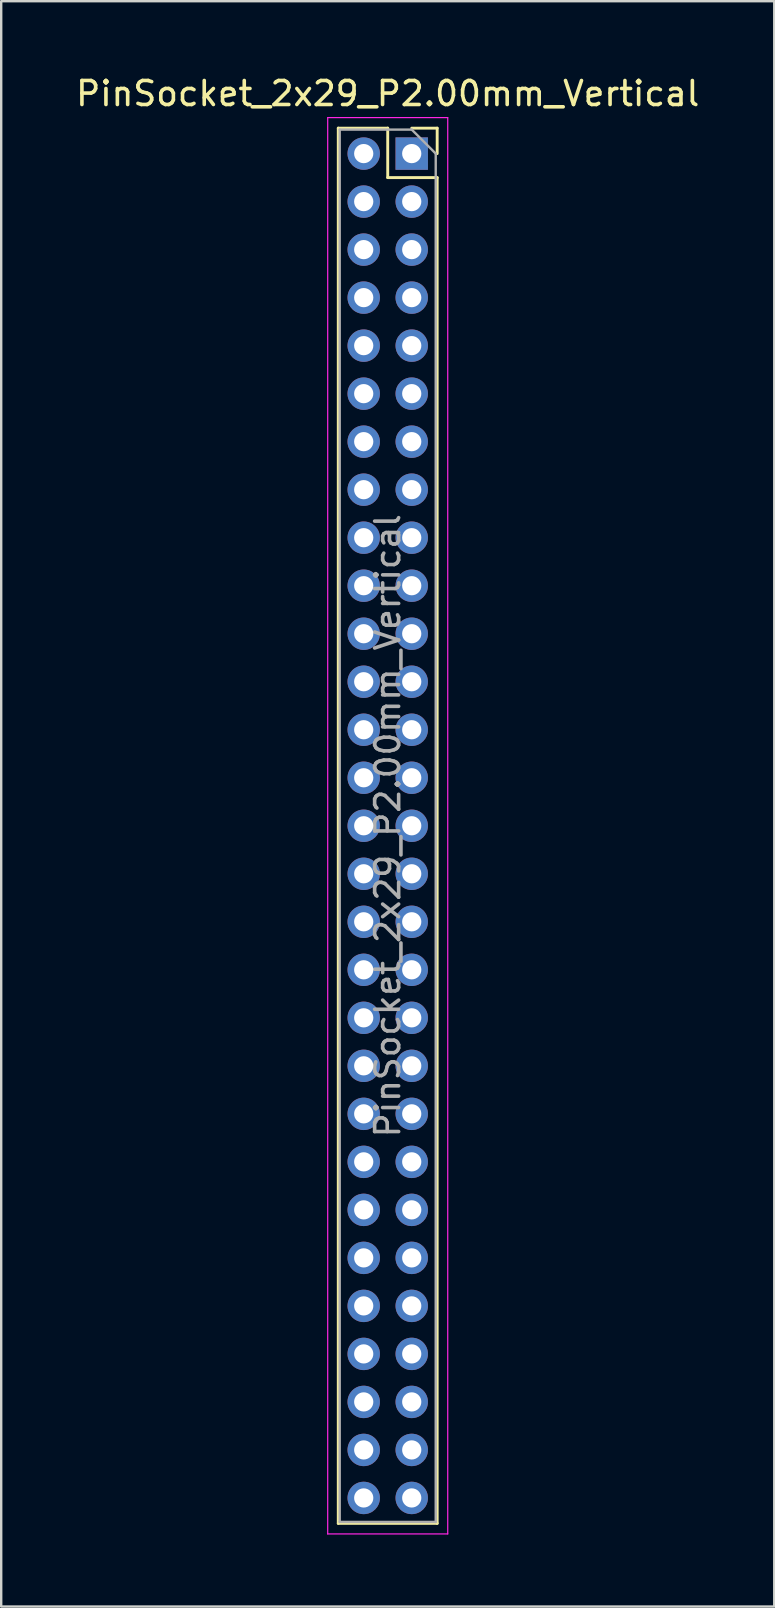
<source format=kicad_pcb>
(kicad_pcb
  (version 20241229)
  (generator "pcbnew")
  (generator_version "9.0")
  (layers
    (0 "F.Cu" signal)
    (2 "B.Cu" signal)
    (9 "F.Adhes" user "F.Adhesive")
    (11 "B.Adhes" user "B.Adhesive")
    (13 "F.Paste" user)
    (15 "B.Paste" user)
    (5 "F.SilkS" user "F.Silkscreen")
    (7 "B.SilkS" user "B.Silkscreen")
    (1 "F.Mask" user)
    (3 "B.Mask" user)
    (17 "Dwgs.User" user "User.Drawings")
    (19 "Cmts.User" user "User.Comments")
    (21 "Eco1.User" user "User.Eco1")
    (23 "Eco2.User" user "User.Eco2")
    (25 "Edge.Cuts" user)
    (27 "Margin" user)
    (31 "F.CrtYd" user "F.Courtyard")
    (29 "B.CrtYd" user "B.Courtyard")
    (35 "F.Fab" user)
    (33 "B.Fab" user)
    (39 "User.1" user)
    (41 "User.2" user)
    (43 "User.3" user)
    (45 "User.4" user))
  (footprint "PinSocket_2x29_P2.00mm_Vertical"
    (layer "F.Cu")
    (at 14.101 3.348)
    (property "Reference" "PinSocket_2x29_P2.00mm_Vertical" (at -1 -2.5 0) (layer "F.SilkS") (effects (font (size 1 1) (thickness 0.15))))
    (attr through_hole)
    (fp_line (start -3.06 -1.06) (end -3.06 57.06) (stroke (width 0.12) (type solid)) (layer "F.SilkS"))
    (fp_line (start -3.06 -1.06) (end -1 -1.06) (stroke (width 0.12) (type solid)) (layer "F.SilkS"))
    (fp_line (start -3.06 57.06) (end 1.06 57.06) (stroke (width 0.12) (type solid)) (layer "F.SilkS"))
    (fp_line (start -1 -1.06) (end -1 1) (stroke (width 0.12) (type solid)) (layer "F.SilkS"))
    (fp_line (start -1 1) (end 1.06 1) (stroke (width 0.12) (type solid)) (layer "F.SilkS"))
    (fp_line (start 0 -1.06) (end 1.06 -1.06) (stroke (width 0.12) (type solid)) (layer "F.SilkS"))
    (fp_line (start 1.06 -1.06) (end 1.06 0) (stroke (width 0.12) (type solid)) (layer "F.SilkS"))
    (fp_line (start 1.06 1) (end 1.06 57.06) (stroke (width 0.12) (type solid)) (layer "F.SilkS"))
    (fp_line (start -3.5 -1.5) (end 1.5 -1.5) (stroke (width 0.05) (type solid)) (layer "F.CrtYd"))
    (fp_line (start -3.5 57.5) (end -3.5 -1.5) (stroke (width 0.05) (type solid)) (layer "F.CrtYd"))
    (fp_line (start 1.5 -1.5) (end 1.5 57.5) (stroke (width 0.05) (type solid)) (layer "F.CrtYd"))
    (fp_line (start 1.5 57.5) (end -3.5 57.5) (stroke (width 0.05) (type solid)) (layer "F.CrtYd"))
    (fp_line (start -3 -1) (end 0 -1) (stroke (width 0.1) (type solid)) (layer "F.Fab"))
    (fp_line (start -3 57) (end -3 -1) (stroke (width 0.1) (type solid)) (layer "F.Fab"))
    (fp_line (start 0 -1) (end 1 0) (stroke (width 0.1) (type solid)) (layer "F.Fab"))
    (fp_line (start 1 0) (end 1 57) (stroke (width 0.1) (type solid)) (layer "F.Fab"))
    (fp_line (start 1 57) (end -3 57) (stroke (width 0.1) (type solid)) (layer "F.Fab"))
    (fp_text user "${REFERENCE}" (at -1 28 90) (layer "F.Fab") (effects (font (size 1 1) (thickness 0.15))))
    (pad "1" thru_hole rect (at 0 0) (size 1.35 1.35) (drill 0.8) (layers "*.Cu" "*.Mask"))
    (pad "2" thru_hole circle (at -2 0) (size 1.35 1.35) (drill 0.8) (layers "*.Cu" "*.Mask"))
    (pad "3" thru_hole circle (at 0 2) (size 1.35 1.35) (drill 0.8) (layers "*.Cu" "*.Mask"))
    (pad "4" thru_hole circle (at -2 2) (size 1.35 1.35) (drill 0.8) (layers "*.Cu" "*.Mask"))
    (pad "5" thru_hole circle (at 0 4) (size 1.35 1.35) (drill 0.8) (layers "*.Cu" "*.Mask"))
    (pad "6" thru_hole circle (at -2 4) (size 1.35 1.35) (drill 0.8) (layers "*.Cu" "*.Mask"))
    (pad "7" thru_hole circle (at 0 6) (size 1.35 1.35) (drill 0.8) (layers "*.Cu" "*.Mask"))
    (pad "8" thru_hole circle (at -2 6) (size 1.35 1.35) (drill 0.8) (layers "*.Cu" "*.Mask"))
    (pad "9" thru_hole circle (at 0 8) (size 1.35 1.35) (drill 0.8) (layers "*.Cu" "*.Mask"))
    (pad "10" thru_hole circle (at -2 8) (size 1.35 1.35) (drill 0.8) (layers "*.Cu" "*.Mask"))
    (pad "11" thru_hole circle (at 0 10) (size 1.35 1.35) (drill 0.8) (layers "*.Cu" "*.Mask"))
    (pad "12" thru_hole circle (at -2 10) (size 1.35 1.35) (drill 0.8) (layers "*.Cu" "*.Mask"))
    (pad "13" thru_hole circle (at 0 12) (size 1.35 1.35) (drill 0.8) (layers "*.Cu" "*.Mask"))
    (pad "14" thru_hole circle (at -2 12) (size 1.35 1.35) (drill 0.8) (layers "*.Cu" "*.Mask"))
    (pad "15" thru_hole circle (at 0 14) (size 1.35 1.35) (drill 0.8) (layers "*.Cu" "*.Mask"))
    (pad "16" thru_hole circle (at -2 14) (size 1.35 1.35) (drill 0.8) (layers "*.Cu" "*.Mask"))
    (pad "17" thru_hole circle (at 0 16) (size 1.35 1.35) (drill 0.8) (layers "*.Cu" "*.Mask"))
    (pad "18" thru_hole circle (at -2 16) (size 1.35 1.35) (drill 0.8) (layers "*.Cu" "*.Mask"))
    (pad "19" thru_hole circle (at 0 18) (size 1.35 1.35) (drill 0.8) (layers "*.Cu" "*.Mask"))
    (pad "20" thru_hole circle (at -2 18) (size 1.35 1.35) (drill 0.8) (layers "*.Cu" "*.Mask"))
    (pad "21" thru_hole circle (at 0 20) (size 1.35 1.35) (drill 0.8) (layers "*.Cu" "*.Mask"))
    (pad "22" thru_hole circle (at -2 20) (size 1.35 1.35) (drill 0.8) (layers "*.Cu" "*.Mask"))
    (pad "23" thru_hole circle (at 0 22) (size 1.35 1.35) (drill 0.8) (layers "*.Cu" "*.Mask"))
    (pad "24" thru_hole circle (at -2 22) (size 1.35 1.35) (drill 0.8) (layers "*.Cu" "*.Mask"))
    (pad "25" thru_hole circle (at 0 24) (size 1.35 1.35) (drill 0.8) (layers "*.Cu" "*.Mask"))
    (pad "26" thru_hole circle (at -2 24) (size 1.35 1.35) (drill 0.8) (layers "*.Cu" "*.Mask"))
    (pad "27" thru_hole circle (at 0 26) (size 1.35 1.35) (drill 0.8) (layers "*.Cu" "*.Mask"))
    (pad "28" thru_hole circle (at -2 26) (size 1.35 1.35) (drill 0.8) (layers "*.Cu" "*.Mask"))
    (pad "29" thru_hole circle (at 0 28) (size 1.35 1.35) (drill 0.8) (layers "*.Cu" "*.Mask"))
    (pad "30" thru_hole circle (at -2 28) (size 1.35 1.35) (drill 0.8) (layers "*.Cu" "*.Mask"))
    (pad "31" thru_hole circle (at 0 30) (size 1.35 1.35) (drill 0.8) (layers "*.Cu" "*.Mask"))
    (pad "32" thru_hole circle (at -2 30) (size 1.35 1.35) (drill 0.8) (layers "*.Cu" "*.Mask"))
    (pad "33" thru_hole circle (at 0 32) (size 1.35 1.35) (drill 0.8) (layers "*.Cu" "*.Mask"))
    (pad "34" thru_hole circle (at -2 32) (size 1.35 1.35) (drill 0.8) (layers "*.Cu" "*.Mask"))
    (pad "35" thru_hole circle (at 0 34) (size 1.35 1.35) (drill 0.8) (layers "*.Cu" "*.Mask"))
    (pad "36" thru_hole circle (at -2 34) (size 1.35 1.35) (drill 0.8) (layers "*.Cu" "*.Mask"))
    (pad "37" thru_hole circle (at 0 36) (size 1.35 1.35) (drill 0.8) (layers "*.Cu" "*.Mask"))
    (pad "38" thru_hole circle (at -2 36) (size 1.35 1.35) (drill 0.8) (layers "*.Cu" "*.Mask"))
    (pad "39" thru_hole circle (at 0 38) (size 1.35 1.35) (drill 0.8) (layers "*.Cu" "*.Mask"))
    (pad "40" thru_hole circle (at -2 38) (size 1.35 1.35) (drill 0.8) (layers "*.Cu" "*.Mask"))
    (pad "41" thru_hole circle (at 0 40) (size 1.35 1.35) (drill 0.8) (layers "*.Cu" "*.Mask"))
    (pad "42" thru_hole circle (at -2 40) (size 1.35 1.35) (drill 0.8) (layers "*.Cu" "*.Mask"))
    (pad "43" thru_hole circle (at 0 42) (size 1.35 1.35) (drill 0.8) (layers "*.Cu" "*.Mask"))
    (pad "44" thru_hole circle (at -2 42) (size 1.35 1.35) (drill 0.8) (layers "*.Cu" "*.Mask"))
    (pad "45" thru_hole circle (at 0 44) (size 1.35 1.35) (drill 0.8) (layers "*.Cu" "*.Mask"))
    (pad "46" thru_hole circle (at -2 44) (size 1.35 1.35) (drill 0.8) (layers "*.Cu" "*.Mask"))
    (pad "47" thru_hole circle (at 0 46) (size 1.35 1.35) (drill 0.8) (layers "*.Cu" "*.Mask"))
    (pad "48" thru_hole circle (at -2 46) (size 1.35 1.35) (drill 0.8) (layers "*.Cu" "*.Mask"))
    (pad "49" thru_hole circle (at 0 48) (size 1.35 1.35) (drill 0.8) (layers "*.Cu" "*.Mask"))
    (pad "50" thru_hole circle (at -2 48) (size 1.35 1.35) (drill 0.8) (layers "*.Cu" "*.Mask"))
    (pad "51" thru_hole circle (at 0 50) (size 1.35 1.35) (drill 0.8) (layers "*.Cu" "*.Mask"))
    (pad "52" thru_hole circle (at -2 50) (size 1.35 1.35) (drill 0.8) (layers "*.Cu" "*.Mask"))
    (pad "53" thru_hole circle (at 0 52) (size 1.35 1.35) (drill 0.8) (layers "*.Cu" "*.Mask"))
    (pad "54" thru_hole circle (at -2 52) (size 1.35 1.35) (drill 0.8) (layers "*.Cu" "*.Mask"))
    (pad "55" thru_hole circle (at 0 54) (size 1.35 1.35) (drill 0.8) (layers "*.Cu" "*.Mask"))
    (pad "56" thru_hole circle (at -2 54) (size 1.35 1.35) (drill 0.8) (layers "*.Cu" "*.Mask"))
    (pad "57" thru_hole circle (at 0 56) (size 1.35 1.35) (drill 0.8) (layers "*.Cu" "*.Mask"))
    (pad "58" thru_hole circle (at -2 56) (size 1.35 1.35) (drill 0.8) (layers "*.Cu" "*.Mask")))
  (gr_rect
    (start -3 -3)
    (end 29.202 63.873)
    (stroke (width 0.1) (type default))
    (fill no)
    (layer "Edge.Cuts")))
</source>
